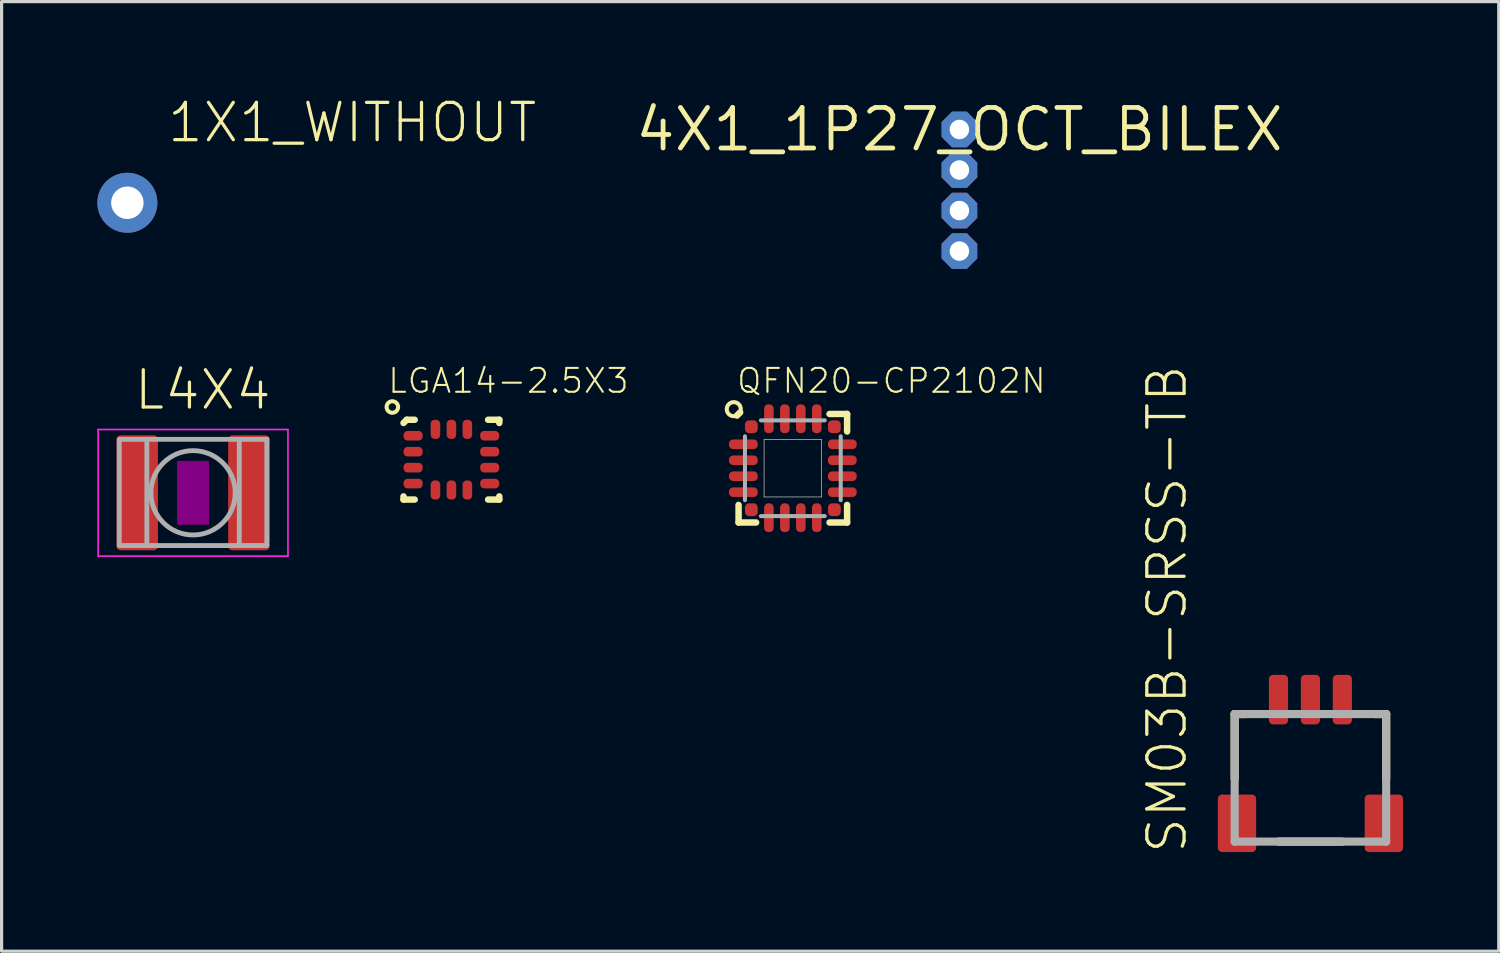
<source format=kicad_pcb>
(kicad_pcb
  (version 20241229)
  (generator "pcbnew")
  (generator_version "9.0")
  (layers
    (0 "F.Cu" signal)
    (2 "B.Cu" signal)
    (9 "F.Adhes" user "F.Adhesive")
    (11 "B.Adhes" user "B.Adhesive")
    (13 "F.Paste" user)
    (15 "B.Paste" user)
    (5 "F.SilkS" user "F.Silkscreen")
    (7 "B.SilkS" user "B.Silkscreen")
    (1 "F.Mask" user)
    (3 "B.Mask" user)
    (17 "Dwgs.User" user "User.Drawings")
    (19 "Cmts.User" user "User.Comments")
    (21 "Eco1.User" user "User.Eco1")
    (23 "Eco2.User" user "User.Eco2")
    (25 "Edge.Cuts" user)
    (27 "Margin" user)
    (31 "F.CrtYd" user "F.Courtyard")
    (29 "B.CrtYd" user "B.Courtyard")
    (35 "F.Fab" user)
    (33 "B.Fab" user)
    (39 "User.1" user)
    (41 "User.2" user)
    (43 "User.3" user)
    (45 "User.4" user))
  (footprint "LGA14-2.5X3"
    (layer "F.Cu")
    (at 11.091 11.35)
    (property "Reference" "LGA14-2.5X3" (at -2.032 -2.032 0) (unlocked yes) (layer "F.SilkS") (effects (font (size 0.748 0.748) (thickness 0.065)) (justify left bottom)))
    (fp_line (start -1.5 1.25) (end -1.5 1.15) (stroke (width 0.203) (type solid)) (layer "F.SilkS"))
    (fp_line (start -1.4 -1.25) (end -1.5 -1.15) (stroke (width 0.203) (type solid)) (layer "F.SilkS"))
    (fp_line (start -1.15 -1.25) (end -1.4 -1.25) (stroke (width 0.203) (type solid)) (layer "F.SilkS"))
    (fp_line (start -1.15 1.25) (end -1.5 1.25) (stroke (width 0.203) (type solid)) (layer "F.SilkS"))
    (fp_line (start 1.15 1.25) (end 1.5 1.25) (stroke (width 0.203) (type solid)) (layer "F.SilkS"))
    (fp_line (start 1.5 -1.25) (end 1.15 -1.25) (stroke (width 0.203) (type solid)) (layer "F.SilkS"))
    (fp_line (start 1.5 -1.15) (end 1.5 -1.25) (stroke (width 0.203) (type solid)) (layer "F.SilkS"))
    (fp_line (start 1.5 1.15) (end 1.5 1.25) (stroke (width 0.203) (type solid)) (layer "F.SilkS"))
    (fp_circle (center -1.85 -1.65) (end -1.67 -1.65) (stroke (width 0.127) (type solid)) (fill no) (layer "F.SilkS"))
    (pad "1" smd roundrect (at -1.2 -0.75 180) (size 0.6 0.3) (layers "F.Cu" "F.Mask" "F.Paste") (roundrect_rratio 0.423))
    (pad "2" smd roundrect (at -1.2 -0.25 180) (size 0.6 0.3) (layers "F.Cu" "F.Mask" "F.Paste") (roundrect_rratio 0.423))
    (pad "3" smd roundrect (at -1.2 0.25 180) (size 0.6 0.3) (layers "F.Cu" "F.Mask" "F.Paste") (roundrect_rratio 0.423))
    (pad "4" smd roundrect (at -1.2 0.75 180) (size 0.6 0.3) (layers "F.Cu" "F.Mask" "F.Paste") (roundrect_rratio 0.423))
    (pad "5" smd roundrect (at -0.5 0.95 270) (size 0.6 0.3) (layers "F.Cu" "F.Mask" "F.Paste") (roundrect_rratio 0.423))
    (pad "6" smd roundrect (at 0 0.95 270) (size 0.6 0.3) (layers "F.Cu" "F.Mask" "F.Paste") (roundrect_rratio 0.423))
    (pad "7" smd roundrect (at 0.5 0.95 270) (size 0.6 0.3) (layers "F.Cu" "F.Mask" "F.Paste") (roundrect_rratio 0.423))
    (pad "8" smd roundrect (at 1.2 0.75) (size 0.6 0.3) (layers "F.Cu" "F.Mask" "F.Paste") (roundrect_rratio 0.423))
    (pad "9" smd roundrect (at 1.2 0.25) (size 0.6 0.3) (layers "F.Cu" "F.Mask" "F.Paste") (roundrect_rratio 0.423))
    (pad "10" smd roundrect (at 1.2 -0.25) (size 0.6 0.3) (layers "F.Cu" "F.Mask" "F.Paste") (roundrect_rratio 0.423))
    (pad "11" smd roundrect (at 1.2 -0.75) (size 0.6 0.3) (layers "F.Cu" "F.Mask" "F.Paste") (roundrect_rratio 0.423))
    (pad "12" smd roundrect (at 0.5 -0.95 90) (size 0.6 0.3) (layers "F.Cu" "F.Mask" "F.Paste") (roundrect_rratio 0.423))
    (pad "13" smd roundrect (at 0 -0.95 90) (size 0.6 0.3) (layers "F.Cu" "F.Mask" "F.Paste") (roundrect_rratio 0.423))
    (pad "14" smd roundrect (at -0.5 -0.95 90) (size 0.6 0.3) (layers "F.Cu" "F.Mask" "F.Paste") (roundrect_rratio 0.423)))
  (footprint "L4X4"
    (layer "F.Cu")
    (at 2.998 12.388)
    (property "Reference" "L4X4" (at -1.905 -2.54 0) (unlocked yes) (layer "F.SilkS") (effects (font (size 1.168 1.168) (thickness 0.102)) (justify left bottom)))
    (fp_poly (pts (xy -0.5 1) (xy 0.5 1) (xy 0.5 -1) (xy -0.5 -1)) (stroke (width 0) (type default)) (fill yes) (layer "F.Adhes"))
    (fp_line (start -2.973 -1.983) (end 2.973 -1.983) (stroke (width 0.051) (type solid)) (layer "F.CrtYd"))
    (fp_line (start -2.973 1.983) (end -2.973 -1.983) (stroke (width 0.051) (type solid)) (layer "F.CrtYd"))
    (fp_line (start 2.973 -1.983) (end 2.973 1.983) (stroke (width 0.051) (type solid)) (layer "F.CrtYd"))
    (fp_line (start 2.973 1.983) (end -2.973 1.983) (stroke (width 0.051) (type solid)) (layer "F.CrtYd"))
    (fp_line (start -2.311 -1.675) (end 2.311 -1.675) (stroke (width 0.152) (type solid)) (layer "F.Fab"))
    (fp_line (start -2.311 -1.626) (end -2.311 1.626) (stroke (width 0.152) (type solid)) (layer "F.Fab"))
    (fp_line (start -2.311 1.653) (end 2.311 1.653) (stroke (width 0.152) (type solid)) (layer "F.Fab"))
    (fp_line (start -1.448 -1.651) (end -1.448 1.626) (stroke (width 0.152) (type solid)) (layer "F.Fab"))
    (fp_line (start 1.448 -1.626) (end 1.448 1.626) (stroke (width 0.152) (type solid)) (layer "F.Fab"))
    (fp_line (start 2.311 -1.675) (end 2.311 1.626) (stroke (width 0.152) (type solid)) (layer "F.Fab"))
    (fp_circle (center 0 0) (end 1.321 0) (stroke (width 0.152) (type solid)) (fill no) (layer "F.Fab"))
    (pad "1" smd roundrect (at -1.75 0) (size 1.3 3.6) (layers "F.Cu" "F.Mask" "F.Paste") (roundrect_rratio 0.098))
    (pad "2" smd roundrect (at 1.75 0) (size 1.3 3.6) (layers "F.Cu" "F.Mask" "F.Paste") (roundrect_rratio 0.098)))
  (footprint "1X1_WITHOUT"
    (layer "F.Cu")
    (at 0.94 3.302)
    (property "Reference" "1X1_WITHOUT" (at 1.194 -1.829 0) (unlocked yes) (layer "F.SilkS") (effects (font (size 1.168 1.168) (thickness 0.102)) (justify left bottom)))
    (fp_poly (pts (xy -0.254 0.254) (xy 0.254 0.254) (xy 0.254 -0.254) (xy -0.254 -0.254)) (stroke (width 0.1) (type default)) (fill no) (layer "F.Fab"))
    (pad "1" thru_hole circle (at 0 0 90) (size 1.88 1.88) (drill 1.016) (layers "*.Cu" "*.Mask")))
  (footprint "SM03B-SRSS-TB"
    (layer "F.Cu")
    (at 38.001 21.842)
    (property "Reference" "SM03B-SRSS-TB" (at -3.81 1.905 90) (unlocked yes) (layer "F.SilkS") (effects (font (size 1.168 1.168) (thickness 0.102)) (justify left bottom)))
    (fp_line (start -2.373 -2.523) (end -2 -2.523) (stroke (width 0.254) (type solid)) (layer "F.SilkS"))
    (fp_line (start -2.373 -0.5) (end -2.373 -2.523) (stroke (width 0.254) (type solid)) (layer "F.SilkS"))
    (fp_line (start -1 1.473) (end 1 1.473) (stroke (width 0.254) (type solid)) (layer "F.SilkS"))
    (fp_line (start 2.373 -2.523) (end 2 -2.523) (stroke (width 0.254) (type solid)) (layer "F.SilkS"))
    (fp_line (start 2.373 -0.5) (end 2.373 -2.523) (stroke (width 0.254) (type solid)) (layer "F.SilkS"))
    (fp_line (start -2.373 -2.523) (end 2.373 -2.523) (stroke (width 0.254) (type solid)) (layer "F.Fab"))
    (fp_line (start -2.373 1.473) (end -2.373 -2.523) (stroke (width 0.254) (type solid)) (layer "F.Fab"))
    (fp_line (start 2.373 -2.523) (end 2.373 1.473) (stroke (width 0.254) (type solid)) (layer "F.Fab"))
    (fp_line (start 2.373 1.473) (end -2.373 1.473) (stroke (width 0.254) (type solid)) (layer "F.Fab"))
    (pad "1" smd roundrect (at -1 -2.975) (size 0.6 1.55) (layers "F.Cu" "F.Mask" "F.Paste") (roundrect_rratio 0.212))
    (pad "2" smd roundrect (at 0 -2.975) (size 0.6 1.55) (layers "F.Cu" "F.Mask" "F.Paste") (roundrect_rratio 0.212))
    (pad "3" smd roundrect (at 1 -2.975) (size 0.6 1.55) (layers "F.Cu" "F.Mask" "F.Paste") (roundrect_rratio 0.212))
    (pad "FIT@1" smd roundrect (at -2.3 0.9) (size 1.2 1.8) (layers "F.Cu" "F.Mask" "F.Paste") (roundrect_rratio 0.106))
    (pad "FIT@2" smd roundrect (at 2.3 0.9) (size 1.2 1.8) (layers "F.Cu" "F.Mask" "F.Paste") (roundrect_rratio 0.106)))
  (footprint "4X1_1P27_OCT_BILEX"
    (layer "F.Cu")
    (at 27.005 1.006)
    (property "Reference" "4X1_1P27_OCT_BILEX" (at 0 0 0) (layer "F.SilkS") (effects (font (size 1.27 1.27) (thickness 0.15))))
    (pad "1" thru_hole roundrect (at 0 0) (size 1.118 1.118) (drill 0.61) (layers "*.Cu" "*.Mask") (roundrect_rratio 0.25) (chamfer_ratio 0.293) (chamfer top_left top_right bottom_left bottom_right))
    (pad "2" thru_hole roundrect (at 0 1.27) (size 1.118 1.118) (drill 0.61) (layers "*.Cu" "*.Mask") (roundrect_rratio 0.25) (chamfer_ratio 0.293) (chamfer top_left top_right bottom_left bottom_right))
    (pad "3" thru_hole roundrect (at 0 2.54) (size 1.118 1.118) (drill 0.61) (layers "*.Cu" "*.Mask") (roundrect_rratio 0.25) (chamfer_ratio 0.293) (chamfer top_left top_right bottom_left bottom_right))
    (pad "4" thru_hole roundrect (at 0 3.81) (size 1.118 1.118) (drill 0.61) (layers "*.Cu" "*.Mask") (roundrect_rratio 0.25) (chamfer_ratio 0.293) (chamfer top_left top_right bottom_left bottom_right)))
  (footprint "QFN20-CP2102N"
    (layer "F.Cu")
    (at 21.787 11.618)
    (property "Reference" "QFN20-CP2102N" (at -1.8 -2.3 0) (unlocked yes) (layer "F.SilkS") (effects (font (size 0.748 0.748) (thickness 0.065)) (justify left bottom)))
    (fp_line (start -1.75 -1.65) (end -1.65 -1.75) (stroke (width 0.203) (type solid)) (layer "F.SilkS"))
    (fp_line (start -1.7 1.7) (end -1.7 1.15) (stroke (width 0.203) (type solid)) (layer "F.SilkS"))
    (fp_line (start -1.7 1.7) (end -1.15 1.7) (stroke (width 0.203) (type solid)) (layer "F.SilkS"))
    (fp_line (start 1.15 -1.7) (end 1.7 -1.7) (stroke (width 0.203) (type solid)) (layer "F.SilkS"))
    (fp_line (start 1.15 1.7) (end 1.7 1.7) (stroke (width 0.203) (type solid)) (layer "F.SilkS"))
    (fp_line (start 1.7 -1.15) (end 1.7 -1.7) (stroke (width 0.203) (type solid)) (layer "F.SilkS"))
    (fp_line (start 1.7 1.7) (end 1.7 1.15) (stroke (width 0.203) (type solid)) (layer "F.SilkS"))
    (fp_circle (center -1.85 -1.85) (end -1.63 -1.85) (stroke (width 0.127) (type solid)) (fill no) (layer "F.SilkS"))
    (fp_line (start -1.5 1) (end -1.5 -1) (stroke (width 0.127) (type solid)) (layer "F.Fab"))
    (fp_line (start -0.9 -0.9) (end 0.9 -0.9) (stroke (width 0.025) (type solid)) (layer "F.Fab"))
    (fp_line (start -0.9 0.9) (end -0.9 -0.9) (stroke (width 0.025) (type solid)) (layer "F.Fab"))
    (fp_line (start 0.9 -0.9) (end 0.9 0.9) (stroke (width 0.025) (type solid)) (layer "F.Fab"))
    (fp_line (start 0.9 0.9) (end -0.9 0.9) (stroke (width 0.025) (type solid)) (layer "F.Fab"))
    (fp_line (start 1 -1.5) (end -1 -1.5) (stroke (width 0.127) (type solid)) (layer "F.Fab"))
    (fp_line (start 1 1.5) (end -1 1.5) (stroke (width 0.127) (type solid)) (layer "F.Fab"))
    (fp_line (start 1.5 1) (end 1.5 -1) (stroke (width 0.127) (type solid)) (layer "F.Fab"))
    (pad "1" smd roundrect (at -1.3 -1.3) (size 0.4 0.4) (layers "F.Cu" "F.Mask" "F.Paste") (roundrect_rratio 0.318))
    (pad "2" smd roundrect (at -1.55 -0.75) (size 0.9 0.3) (layers "F.Cu" "F.Mask" "F.Paste") (roundrect_rratio 0.423))
    (pad "3" smd roundrect (at -1.55 -0.25) (size 0.9 0.3) (layers "F.Cu" "F.Mask" "F.Paste") (roundrect_rratio 0.423))
    (pad "4" smd roundrect (at -1.55 0.25) (size 0.9 0.3) (layers "F.Cu" "F.Mask" "F.Paste") (roundrect_rratio 0.423))
    (pad "5" smd roundrect (at -1.55 0.75) (size 0.9 0.3) (layers "F.Cu" "F.Mask" "F.Paste") (roundrect_rratio 0.423))
    (pad "6" smd roundrect (at -1.3 1.3) (size 0.4 0.4) (layers "F.Cu" "F.Mask" "F.Paste") (roundrect_rratio 0.318))
    (pad "7" smd roundrect (at -0.75 1.55 90) (size 0.9 0.3) (layers "F.Cu" "F.Mask" "F.Paste") (roundrect_rratio 0.423))
    (pad "8" smd roundrect (at -0.25 1.55 90) (size 0.9 0.3) (layers "F.Cu" "F.Mask" "F.Paste") (roundrect_rratio 0.423))
    (pad "9" smd roundrect (at 0.25 1.55 90) (size 0.9 0.3) (layers "F.Cu" "F.Mask" "F.Paste") (roundrect_rratio 0.423))
    (pad "10" smd roundrect (at 0.75 1.55 90) (size 0.9 0.3) (layers "F.Cu" "F.Mask" "F.Paste") (roundrect_rratio 0.423))
    (pad "11" smd roundrect (at 1.3 1.3 180) (size 0.4 0.4) (layers "F.Cu" "F.Mask" "F.Paste") (roundrect_rratio 0.318))
    (pad "12" smd roundrect (at 1.55 0.75 180) (size 0.9 0.3) (layers "F.Cu" "F.Mask" "F.Paste") (roundrect_rratio 0.423))
    (pad "13" smd roundrect (at 1.55 0.25 180) (size 0.9 0.3) (layers "F.Cu" "F.Mask" "F.Paste") (roundrect_rratio 0.423))
    (pad "14" smd roundrect (at 1.55 -0.25 180) (size 0.9 0.3) (layers "F.Cu" "F.Mask" "F.Paste") (roundrect_rratio 0.423))
    (pad "15" smd roundrect (at 1.55 -0.75 180) (size 0.9 0.3) (layers "F.Cu" "F.Mask" "F.Paste") (roundrect_rratio 0.423))
    (pad "16" smd roundrect (at 1.3 -1.3 270) (size 0.4 0.4) (layers "F.Cu" "F.Mask" "F.Paste") (roundrect_rratio 0.318))
    (pad "17" smd roundrect (at 0.75 -1.55 270) (size 0.9 0.3) (layers "F.Cu" "F.Mask" "F.Paste") (roundrect_rratio 0.423))
    (pad "18" smd roundrect (at 0.25 -1.55 270) (size 0.9 0.3) (layers "F.Cu" "F.Mask" "F.Paste") (roundrect_rratio 0.423))
    (pad "19" smd roundrect (at -0.25 -1.55 270) (size 0.9 0.3) (layers "F.Cu" "F.Mask" "F.Paste") (roundrect_rratio 0.423))
    (pad "20" smd roundrect (at -0.75 -1.55 270) (size 0.9 0.3) (layers "F.Cu" "F.Mask" "F.Paste") (roundrect_rratio 0.423)))
  (gr_rect
    (start -3 -3)
    (end 43.901 26.747)
    (stroke (width 0.1) (type default))
    (fill no)
    (layer "Edge.Cuts")))
</source>
